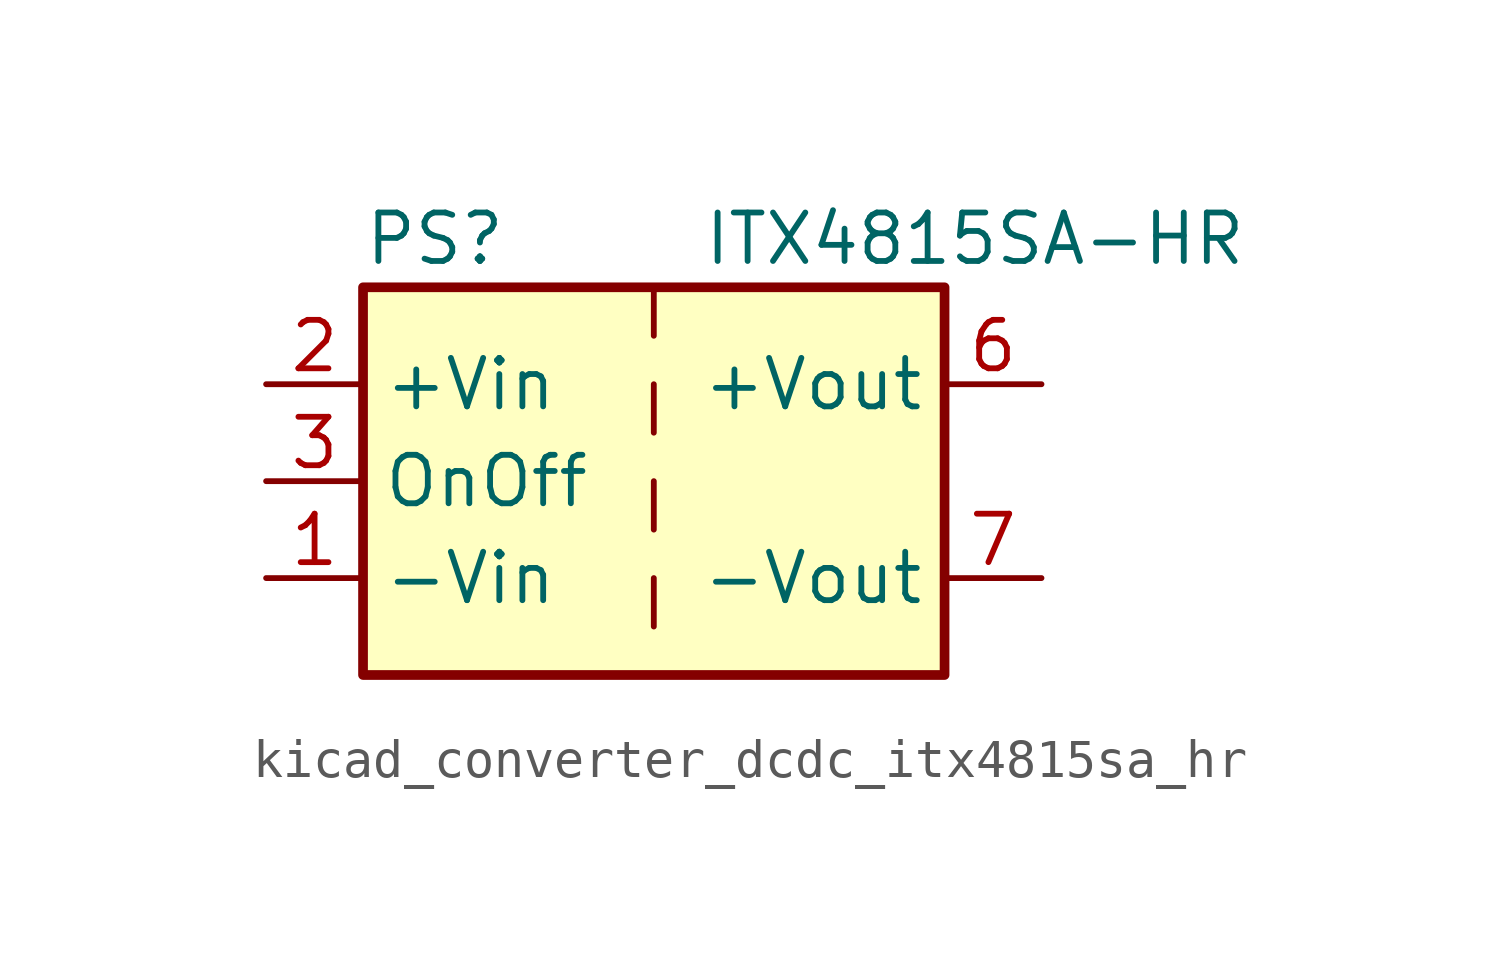
<source format=kicad_sym>
(kicad_symbol_lib
  (version 20220914)
  (generator kicad_symbol_editor)
  (symbol "kicad_converter_dcdc_itx4815sa_hr"
    (property "Reference" "PS"
      (at -7.62 6.35 0)
      (effects (font (size 1.27 1.27)) (justify left)))
    (property "Value" "ITX4815SA-HR"
      (at 1.27 6.35 0)
      (effects (font (size 1.27 1.27)) (justify left)))
    (symbol "kicad_converter_dcdc_itx4815sa_hr_0_0"
      (pin power_in line (at -10.16 -2.54 0) (length 2.54) (name "-Vin" (effects (font (size 1.27 1.27)))) (number "1" (effects (font (size 1.27 1.27)))))
      (pin power_in line (at -10.16 2.54 0) (length 2.54) (name "+Vin" (effects (font (size 1.27 1.27)))) (number "2" (effects (font (size 1.27 1.27)))))
      (pin input line (at -10.16 0 0) (length 2.54) (name "OnOff" (effects (font (size 1.27 1.27)))) (number "3" (effects (font (size 1.27 1.27)))))
      (pin no_connect line (at 0 5.08 270) (length 2.54) hide (name "NC" (effects (font (size 1.27 1.27)))) (number "5" (effects (font (size 1.27 1.27)))))
      (pin power_out line (at 10.16 2.54 180) (length 2.54) (name "+Vout" (effects (font (size 1.27 1.27)))) (number "6" (effects (font (size 1.27 1.27)))))
      (pin power_out line (at 10.16 -2.54 180) (length 2.54) (name "-Vout" (effects (font (size 1.27 1.27)))) (number "7" (effects (font (size 1.27 1.27)))))
      (pin no_connect line (at 7.62 0 180) (length 2.54) hide (name "NC" (effects (font (size 1.27 1.27)))) (number "8" (effects (font (size 1.27 1.27))))))
    (symbol "kicad_converter_dcdc_itx4815sa_hr_0_1"
      (rectangle (start -7.62 5.08) (end 7.62 -5.08) (stroke (width 0.254) (type default)) (fill (type background)))
      (polyline (pts (xy 0 -2.54) (xy 0 -3.81)) (stroke (width 0) (type default)) (fill (type none)))
      (polyline (pts (xy 0 0) (xy 0 -1.27)) (stroke (width 0) (type default)) (fill (type none)))
      (polyline (pts (xy 0 2.54) (xy 0 1.27)) (stroke (width 0) (type default)) (fill (type none)))
      (polyline (pts (xy 0 5.08) (xy 0 3.81)) (stroke (width 0) (type default)) (fill (type none))))))
</source>
